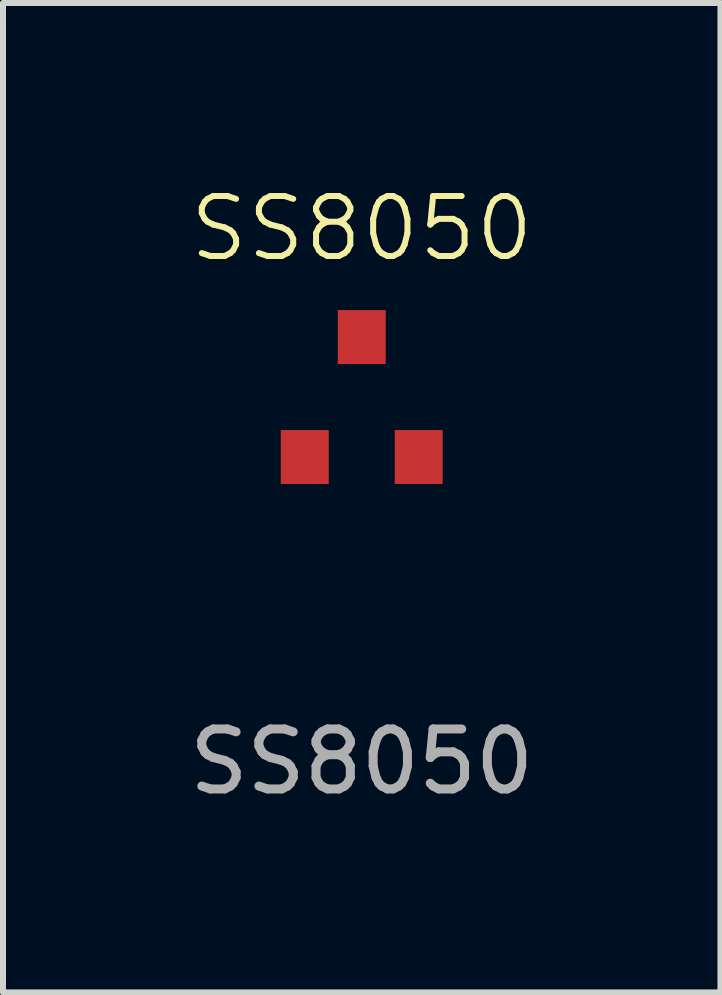
<source format=kicad_pcb>
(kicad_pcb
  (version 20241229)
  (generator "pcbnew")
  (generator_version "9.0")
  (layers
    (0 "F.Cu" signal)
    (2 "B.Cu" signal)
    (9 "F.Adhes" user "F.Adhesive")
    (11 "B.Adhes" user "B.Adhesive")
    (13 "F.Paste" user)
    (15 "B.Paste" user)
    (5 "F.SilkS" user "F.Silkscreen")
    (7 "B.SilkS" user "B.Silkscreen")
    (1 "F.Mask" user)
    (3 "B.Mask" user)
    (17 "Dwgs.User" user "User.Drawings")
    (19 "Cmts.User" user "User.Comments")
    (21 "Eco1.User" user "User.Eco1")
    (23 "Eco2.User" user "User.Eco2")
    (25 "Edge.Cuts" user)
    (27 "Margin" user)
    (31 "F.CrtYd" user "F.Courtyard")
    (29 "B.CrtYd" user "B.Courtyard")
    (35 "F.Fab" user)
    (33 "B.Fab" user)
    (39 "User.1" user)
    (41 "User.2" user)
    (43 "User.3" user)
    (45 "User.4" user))
  (footprint "SS8050"
    (layer "F.Cu")
    (at 2.982 4.571)
    (property "Reference" "SS8050" (at 0 -3.81 0) (unlocked yes) (layer "F.SilkS") (effects (font (size 1 1) (thickness 0.1))))
    (attr smd)
    (fp_text user "${REFERENCE}" (at 0 5.08 0) (unlocked yes) (layer "F.Fab") (effects (font (size 1 1) (thickness 0.15))))
    (pad "1" smd rect (at 0 -2) (size 0.8 0.9) (layers "F.Cu" "F.Mask" "F.Paste"))
    (pad "2" smd rect (at 0.95 0) (size 0.8 0.9) (layers "F.Cu" "F.Mask" "F.Paste"))
    (pad "3" smd rect (at -0.95 0) (size 0.8 0.9) (layers "F.Cu" "F.Mask" "F.Paste")))
  (gr_rect
    (start -3 -3)
    (end 8.964 13.499)
    (stroke (width 0.1) (type default))
    (fill no)
    (layer "Edge.Cuts")))
</source>
